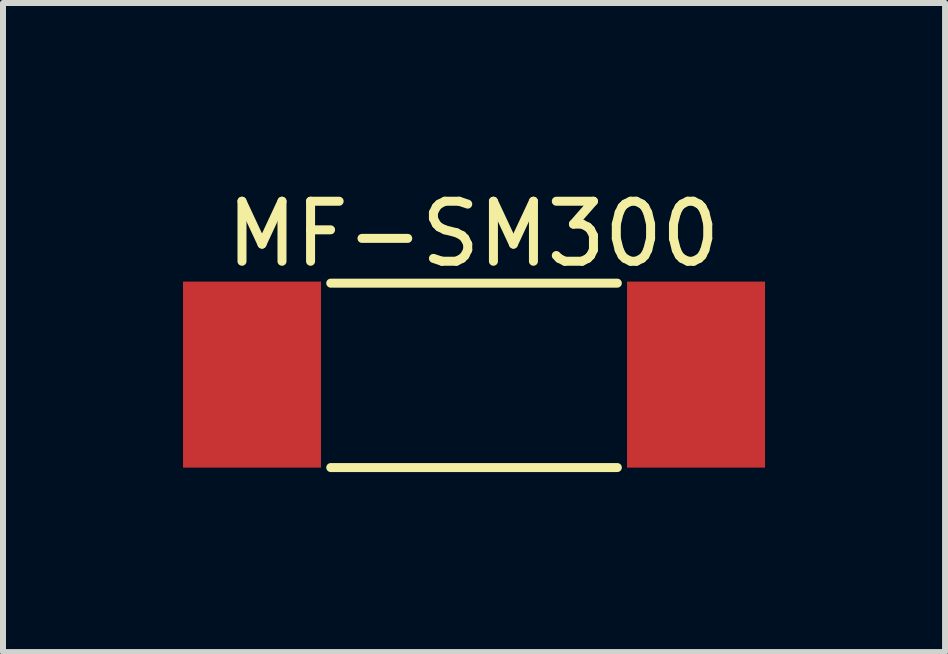
<source format=kicad_pcb>
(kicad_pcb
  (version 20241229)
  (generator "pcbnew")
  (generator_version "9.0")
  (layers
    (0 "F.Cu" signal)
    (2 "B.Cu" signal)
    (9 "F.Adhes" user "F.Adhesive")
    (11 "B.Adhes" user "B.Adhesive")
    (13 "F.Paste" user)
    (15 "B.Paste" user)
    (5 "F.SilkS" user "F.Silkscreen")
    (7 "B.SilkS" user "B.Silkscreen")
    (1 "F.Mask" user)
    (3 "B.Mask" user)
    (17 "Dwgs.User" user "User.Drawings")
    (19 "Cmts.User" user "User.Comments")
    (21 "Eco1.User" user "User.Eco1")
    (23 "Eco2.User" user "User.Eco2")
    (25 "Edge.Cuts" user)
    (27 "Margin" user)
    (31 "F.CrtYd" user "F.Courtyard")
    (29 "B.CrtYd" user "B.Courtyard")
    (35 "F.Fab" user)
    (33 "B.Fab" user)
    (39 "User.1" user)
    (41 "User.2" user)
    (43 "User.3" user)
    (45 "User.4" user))
  (footprint "MF-SM300"
    (layer "F.Cu")
    (at 4.85 3.193)
    (property "Reference" "MF-SM300" (at -0.01 -2.344 0) (layer "F.SilkS") (effects (font (size 1 1) (thickness 0.15))))
    (attr through_hole)
    (fp_line (start -2.388 -1.524) (end 2.388 -1.524) (stroke (width 0.15) (type solid)) (layer "F.SilkS"))
    (fp_line (start -2.388 1.549) (end 2.388 1.549) (stroke (width 0.15) (type solid)) (layer "F.SilkS"))
    (pad "1" smd rect (at -3.7 0) (size 2.3 3.1) (layers "F.Cu" "F.Mask" "F.Paste"))
    (pad "2" smd rect (at 3.7 0) (size 2.3 3.1) (layers "F.Cu" "F.Mask" "F.Paste")))
  (gr_rect
    (start -3 -3)
    (end 12.7 7.817)
    (stroke (width 0.1) (type default))
    (fill no)
    (layer "Edge.Cuts")))
</source>
